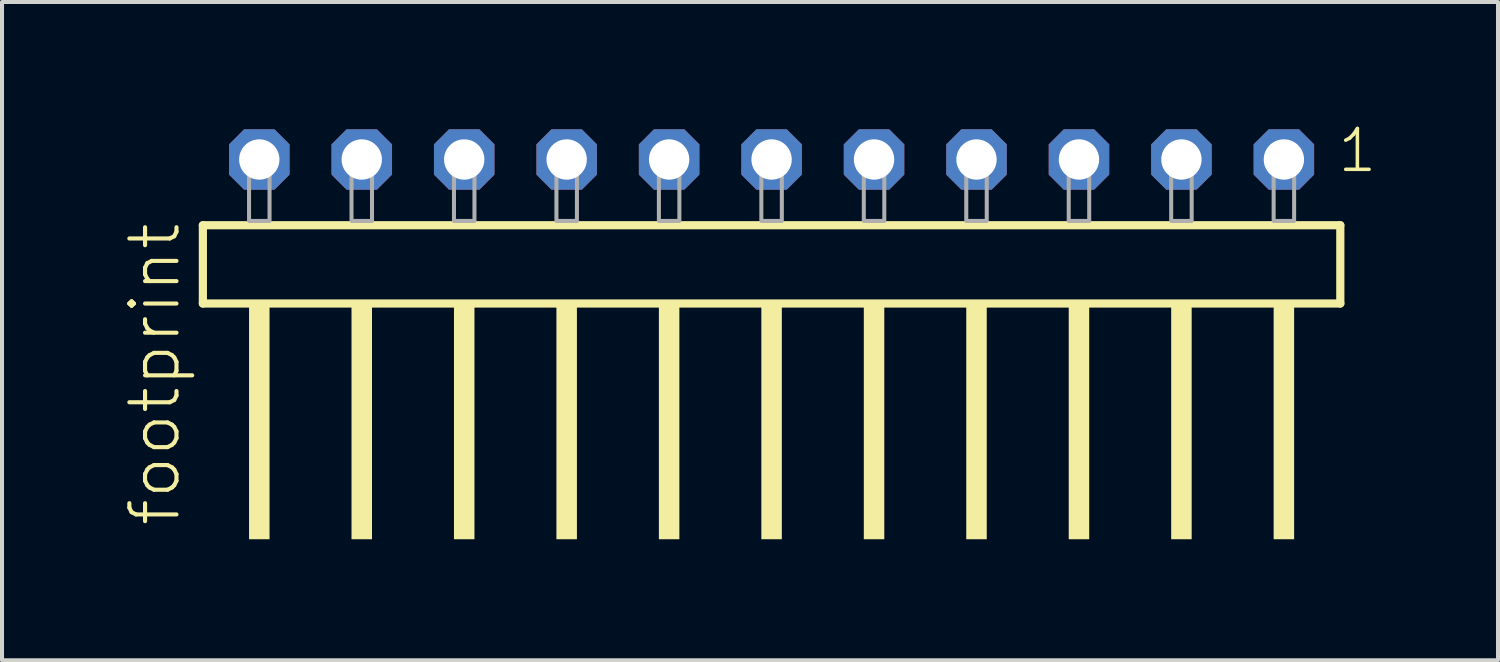
<source format=kicad_pcb>
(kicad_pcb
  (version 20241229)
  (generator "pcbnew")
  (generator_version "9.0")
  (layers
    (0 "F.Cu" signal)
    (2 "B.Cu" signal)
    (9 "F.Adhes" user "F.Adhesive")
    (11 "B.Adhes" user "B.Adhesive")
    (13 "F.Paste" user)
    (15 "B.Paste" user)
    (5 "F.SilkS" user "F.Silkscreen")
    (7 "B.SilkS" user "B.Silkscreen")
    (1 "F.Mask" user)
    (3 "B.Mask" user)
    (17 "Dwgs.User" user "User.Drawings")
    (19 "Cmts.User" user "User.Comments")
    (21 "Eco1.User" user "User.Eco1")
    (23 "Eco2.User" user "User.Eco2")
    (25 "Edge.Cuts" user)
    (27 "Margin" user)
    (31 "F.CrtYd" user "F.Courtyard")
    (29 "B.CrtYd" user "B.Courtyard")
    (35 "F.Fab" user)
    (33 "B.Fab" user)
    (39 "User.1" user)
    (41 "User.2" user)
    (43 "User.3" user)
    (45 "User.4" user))
  (footprint "footprint"
    (layer "F.Cu")
    (at 16.078 2.428)
    (property "Reference" "footprint" (at -14.605 7.62 90) (layer "F.SilkS") (effects (font (size 1.168 1.168) (thickness 0.102)) (justify left bottom)))
    (fp_line (start -14.099 0.106) (end -14.099 2.046) (stroke (width 0.203) (type solid)) (layer "F.SilkS"))
    (fp_line (start -14.099 2.046) (end 14.099 2.046) (stroke (width 0.203) (type solid)) (layer "F.SilkS"))
    (fp_line (start 14.099 0.106) (end -14.099 0.106) (stroke (width 0.203) (type solid)) (layer "F.SilkS"))
    (fp_line (start 14.099 2.046) (end 14.099 0.106) (stroke (width 0.203) (type solid)) (layer "F.SilkS"))
    (fp_poly (pts (xy -12.954 7.89) (xy -12.446 7.89) (xy -12.446 2.04) (xy -12.954 2.04)) (stroke (width 0) (type solid)) (fill yes) (layer "F.SilkS"))
    (fp_poly (pts (xy -10.414 7.89) (xy -9.906 7.89) (xy -9.906 2.04) (xy -10.414 2.04)) (stroke (width 0) (type solid)) (fill yes) (layer "F.SilkS"))
    (fp_poly (pts (xy -7.874 7.89) (xy -7.366 7.89) (xy -7.366 2.04) (xy -7.874 2.04)) (stroke (width 0) (type solid)) (fill yes) (layer "F.SilkS"))
    (fp_poly (pts (xy -5.334 7.89) (xy -4.826 7.89) (xy -4.826 2.04) (xy -5.334 2.04)) (stroke (width 0) (type solid)) (fill yes) (layer "F.SilkS"))
    (fp_poly (pts (xy -2.794 7.89) (xy -2.286 7.89) (xy -2.286 2.04) (xy -2.794 2.04)) (stroke (width 0) (type solid)) (fill yes) (layer "F.SilkS"))
    (fp_poly (pts (xy -0.254 7.89) (xy 0.254 7.89) (xy 0.254 2.04) (xy -0.254 2.04)) (stroke (width 0) (type solid)) (fill yes) (layer "F.SilkS"))
    (fp_poly (pts (xy 2.286 7.89) (xy 2.794 7.89) (xy 2.794 2.04) (xy 2.286 2.04)) (stroke (width 0) (type solid)) (fill yes) (layer "F.SilkS"))
    (fp_poly (pts (xy 4.826 7.89) (xy 5.334 7.89) (xy 5.334 2.04) (xy 4.826 2.04)) (stroke (width 0) (type solid)) (fill yes) (layer "F.SilkS"))
    (fp_poly (pts (xy 7.366 7.89) (xy 7.874 7.89) (xy 7.874 2.04) (xy 7.366 2.04)) (stroke (width 0) (type solid)) (fill yes) (layer "F.SilkS"))
    (fp_poly (pts (xy 9.906 7.89) (xy 10.414 7.89) (xy 10.414 2.04) (xy 9.906 2.04)) (stroke (width 0) (type solid)) (fill yes) (layer "F.SilkS"))
    (fp_poly (pts (xy 12.446 7.89) (xy 12.954 7.89) (xy 12.954 2.04) (xy 12.446 2.04)) (stroke (width 0) (type solid)) (fill yes) (layer "F.SilkS"))
    (fp_poly (pts (xy -12.954 0) (xy -12.446 0) (xy -12.446 -1.778) (xy -12.954 -1.778)) (stroke (width 0.1) (type solid)) (fill no) (layer "F.Fab"))
    (fp_poly (pts (xy -10.414 0) (xy -9.906 0) (xy -9.906 -1.778) (xy -10.414 -1.778)) (stroke (width 0.1) (type solid)) (fill no) (layer "F.Fab"))
    (fp_poly (pts (xy -7.874 0) (xy -7.366 0) (xy -7.366 -1.778) (xy -7.874 -1.778)) (stroke (width 0.1) (type solid)) (fill no) (layer "F.Fab"))
    (fp_poly (pts (xy -5.334 0) (xy -4.826 0) (xy -4.826 -1.778) (xy -5.334 -1.778)) (stroke (width 0.1) (type solid)) (fill no) (layer "F.Fab"))
    (fp_poly (pts (xy -2.794 0) (xy -2.286 0) (xy -2.286 -1.778) (xy -2.794 -1.778)) (stroke (width 0.1) (type solid)) (fill no) (layer "F.Fab"))
    (fp_poly (pts (xy -0.254 0) (xy 0.254 0) (xy 0.254 -1.778) (xy -0.254 -1.778)) (stroke (width 0.1) (type solid)) (fill no) (layer "F.Fab"))
    (fp_poly (pts (xy 2.286 0) (xy 2.794 0) (xy 2.794 -1.778) (xy 2.286 -1.778)) (stroke (width 0.1) (type solid)) (fill no) (layer "F.Fab"))
    (fp_poly (pts (xy 4.826 0) (xy 5.334 0) (xy 5.334 -1.778) (xy 4.826 -1.778)) (stroke (width 0.1) (type solid)) (fill no) (layer "F.Fab"))
    (fp_poly (pts (xy 7.366 0) (xy 7.874 0) (xy 7.874 -1.778) (xy 7.366 -1.778)) (stroke (width 0.1) (type solid)) (fill no) (layer "F.Fab"))
    (fp_poly (pts (xy 9.906 0) (xy 10.414 0) (xy 10.414 -1.778) (xy 9.906 -1.778)) (stroke (width 0.1) (type solid)) (fill no) (layer "F.Fab"))
    (fp_poly (pts (xy 12.446 0) (xy 12.954 0) (xy 12.954 -1.778) (xy 12.446 -1.778)) (stroke (width 0.1) (type solid)) (fill no) (layer "F.Fab"))
    (fp_text user "1" (at 13.982 -1.152 0) (layer "F.SilkS") (effects (font (size 1.012 1.012) (thickness 0.088)) (justify left bottom)))
    (pad "1" thru_hole roundrect (at 12.7 -1.524 180) (size 1.5 1.5) (drill 1) (layers "*.Cu" "*.Mask") (roundrect_rratio 0.25) (chamfer_ratio 0.25) (chamfer top_left top_right bottom_left bottom_right))
    (pad "2" thru_hole roundrect (at 10.16 -1.524 180) (size 1.5 1.5) (drill 1) (layers "*.Cu" "*.Mask") (roundrect_rratio 0.25) (chamfer_ratio 0.25) (chamfer top_left top_right bottom_left bottom_right))
    (pad "3" thru_hole roundrect (at 7.62 -1.524 180) (size 1.5 1.5) (drill 1) (layers "*.Cu" "*.Mask") (roundrect_rratio 0.25) (chamfer_ratio 0.25) (chamfer top_left top_right bottom_left bottom_right))
    (pad "4" thru_hole roundrect (at 5.08 -1.524 180) (size 1.5 1.5) (drill 1) (layers "*.Cu" "*.Mask") (roundrect_rratio 0.25) (chamfer_ratio 0.25) (chamfer top_left top_right bottom_left bottom_right))
    (pad "5" thru_hole roundrect (at 2.54 -1.524 180) (size 1.5 1.5) (drill 1) (layers "*.Cu" "*.Mask") (roundrect_rratio 0.25) (chamfer_ratio 0.25) (chamfer top_left top_right bottom_left bottom_right))
    (pad "6" thru_hole roundrect (at 0 -1.524 180) (size 1.5 1.5) (drill 1) (layers "*.Cu" "*.Mask") (roundrect_rratio 0.25) (chamfer_ratio 0.25) (chamfer top_left top_right bottom_left bottom_right))
    (pad "7" thru_hole roundrect (at -2.54 -1.524 180) (size 1.5 1.5) (drill 1) (layers "*.Cu" "*.Mask") (roundrect_rratio 0.25) (chamfer_ratio 0.25) (chamfer top_left top_right bottom_left bottom_right))
    (pad "8" thru_hole roundrect (at -5.08 -1.524 180) (size 1.5 1.5) (drill 1) (layers "*.Cu" "*.Mask") (roundrect_rratio 0.25) (chamfer_ratio 0.25) (chamfer top_left top_right bottom_left bottom_right))
    (pad "9" thru_hole roundrect (at -7.62 -1.524 180) (size 1.5 1.5) (drill 1) (layers "*.Cu" "*.Mask") (roundrect_rratio 0.25) (chamfer_ratio 0.25) (chamfer top_left top_right bottom_left bottom_right))
    (pad "10" thru_hole roundrect (at -10.16 -1.524 180) (size 1.5 1.5) (drill 1) (layers "*.Cu" "*.Mask") (roundrect_rratio 0.25) (chamfer_ratio 0.25) (chamfer top_left top_right bottom_left bottom_right))
    (pad "11" thru_hole roundrect (at -12.7 -1.524 180) (size 1.5 1.5) (drill 1) (layers "*.Cu" "*.Mask") (roundrect_rratio 0.25) (chamfer_ratio 0.25) (chamfer top_left top_right bottom_left bottom_right)))
  (gr_rect
    (start -3 -3)
    (end 34.086 13.318)
    (stroke (width 0.1) (type default))
    (fill no)
    (layer "Edge.Cuts")))
</source>
